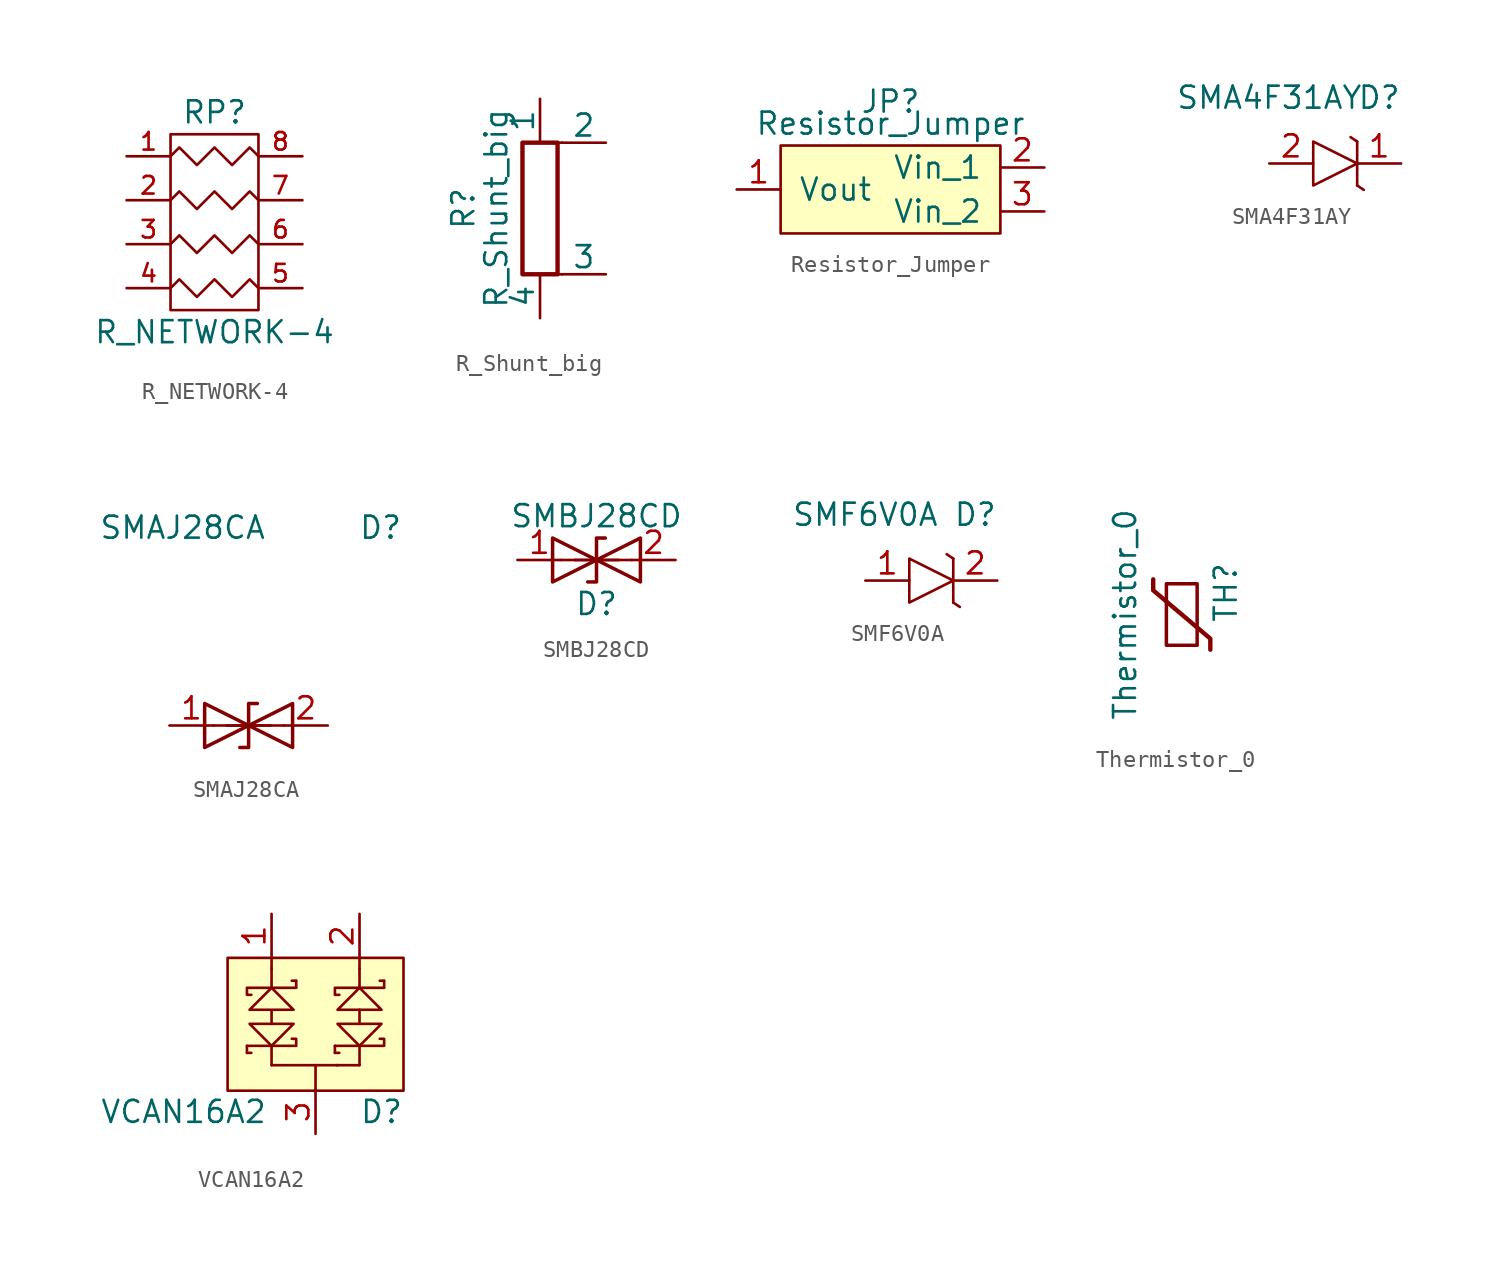
<source format=kicad_sym>
(kicad_symbol_lib
  (version 20241209)
  (generator "kicad_symbol_editor")
  (generator_version "9.0")
  (symbol "R_NETWORK-4"
    (pin_names
      (hide yes))
    (property "Reference" "RP"
      (at 0 11.43 0)
      (effects (font (size 1.27 1.27))))
    (property "Value" "R_NETWORK-4"
      (at 0 -1.27 0)
      (effects (font (size 1.27 1.27))))
    (property "Footprint" ""
      (at 0 0 0)
      (effects (font (size 1.27 1.27))))
    (property "Datasheet" ""
      (at 0 0 0)
      (effects (font (size 1.27 1.27))))
    (symbol "R_NETWORK-4_0_1"
      (polyline (pts (xy -2.54 10.16) (xy -2.54 0) (xy 2.54 0) (xy 2.54 10.16) (xy -2.54 10.16)) (stroke (width 0) (type solid)) (fill (type none)))
      (polyline (pts (xy -2.54 8.89) (xy -2.032 9.398) (xy -1.016 8.382) (xy 0 9.398) (xy 1.016 8.382) (xy 2.032 9.398) (xy 2.54 8.89)) (stroke (width 0) (type solid)) (fill (type none)))
      (polyline (pts (xy -2.54 6.35) (xy -2.032 6.858) (xy -1.016 5.842) (xy 0 6.858) (xy 1.016 5.842) (xy 2.032 6.858) (xy 2.54 6.35)) (stroke (width 0) (type solid)) (fill (type none)))
      (polyline (pts (xy -2.54 3.81) (xy -2.032 4.318) (xy -1.016 3.302) (xy 0 4.318) (xy 1.016 3.302) (xy 2.032 4.318) (xy 2.54 3.81)) (stroke (width 0) (type solid)) (fill (type none)))
      (polyline (pts (xy -2.54 1.27) (xy -2.032 1.778) (xy -1.016 0.762) (xy 0 1.778) (xy 1.016 0.762) (xy 2.032 1.778) (xy 2.54 1.27)) (stroke (width 0) (type solid)) (fill (type none))))
    (symbol "R_NETWORK-4_1_1"
      (pin passive line (at -5.08 8.89 0) (length 2.54) (name "P1" (effects (font (size 1.016 1.016)))) (number "1" (effects (font (size 1.016 1.016)))))
      (pin passive line (at -5.08 6.35 0) (length 2.54) (name "P2" (effects (font (size 1.016 1.016)))) (number "2" (effects (font (size 1.016 1.016)))))
      (pin passive line (at -5.08 3.81 0) (length 2.54) (name "P3" (effects (font (size 1.016 1.016)))) (number "3" (effects (font (size 1.016 1.016)))))
      (pin passive line (at -5.08 1.27 0) (length 2.54) (name "P4" (effects (font (size 1.016 1.016)))) (number "4" (effects (font (size 1.016 1.016)))))
      (pin passive line (at 5.08 8.89 180) (length 2.54) (name "R1" (effects (font (size 1.016 1.016)))) (number "8" (effects (font (size 1.016 1.016)))))
      (pin passive line (at 5.08 6.35 180) (length 2.54) (name "R2" (effects (font (size 1.016 1.016)))) (number "7" (effects (font (size 1.016 1.016)))))
      (pin passive line (at 5.08 3.81 180) (length 2.54) (name "R3" (effects (font (size 1.016 1.016)))) (number "6" (effects (font (size 1.016 1.016)))))
      (pin passive line (at 5.08 1.27 180) (length 2.54) (name "R4" (effects (font (size 1.016 1.016)))) (number "5" (effects (font (size 1.016 1.016)))))))
  (symbol "R_Shunt_big"
    (pin_numbers
      (hide yes))
    (pin_names
      (offset 0))
    (property "Reference" "R"
      (at -4.445 0 90)
      (effects (font (size 1.27 1.27))))
    (property "Value" "R_Shunt_big"
      (at -2.54 0 90)
      (effects (font (size 1.27 1.27))))
    (symbol "R_Shunt_big_0_1"
      (rectangle (start -1.016 -3.81) (end 1.016 3.81) (stroke (width 0.254) (type solid)) (fill (type none)))
      (polyline (pts (xy 0 -3.81) (xy 1.27 -3.81)) (stroke (width 0) (type solid)) (fill (type none)))
      (polyline (pts (xy 1.27 3.81) (xy 0 3.81)) (stroke (width 0) (type solid)) (fill (type none))))
    (symbol "R_Shunt_big_1_1"
      (pin passive line (at 0 6.35 270) (length 2.54) (name "1" (effects (font (size 1.27 1.27)))) (number "1" (effects (font (size 1.27 1.27)))))
      (pin passive line (at 0 -6.35 90) (length 2.54) (name "4" (effects (font (size 1.27 1.27)))) (number "4" (effects (font (size 1.27 1.27)))))
      (pin passive line (at 3.81 3.81 180) (length 2.54) (name "2" (effects (font (size 1.27 1.27)))) (number "2" (effects (font (size 1.27 1.27)))))
      (pin passive line (at 3.81 -3.81 180) (length 2.54) (name "3" (effects (font (size 1.27 1.27)))) (number "3" (effects (font (size 1.27 1.27)))))))
  (symbol "Resistor_Jumper"
    (pin_names
      (offset 1.016))
    (property "Reference" "JP"
      (at 0 5.08 0)
      (effects (font (size 1.27 1.27))))
    (property "Value" "Resistor_Jumper"
      (at 0 3.81 0)
      (effects (font (size 1.27 1.27))))
    (symbol "Resistor_Jumper_0_1"
      (rectangle (start -6.35 2.54) (end 6.35 -2.54) (stroke (width 0) (type solid)) (fill (type background))))
    (symbol "Resistor_Jumper_1_1"
      (pin output line (at -8.89 0 0) (length 2.54) (name "Vout" (effects (font (size 1.27 1.27)))) (number "1" (effects (font (size 1.27 1.27)))))
      (pin input line (at 8.89 1.27 180) (length 2.54) (name "Vin_1" (effects (font (size 1.27 1.27)))) (number "2" (effects (font (size 1.27 1.27)))))
      (pin input line (at 8.89 -1.27 180) (length 2.54) (name "Vin_2" (effects (font (size 1.27 1.27)))) (number "3" (effects (font (size 1.27 1.27)))))))
  (symbol "SMA4F31AY"
    (pin_names
      (offset 0))
    (property "Reference" "D"
      (at 1.27 3.81 0)
      (effects (font (size 1.27 1.27))))
    (property "Value" "SMA4F31AY"
      (at -5.08 3.81 0)
      (effects (font (size 1.27 1.27))))
    (symbol "SMA4F31AY_0_1"
      (polyline (pts (xy -2.54 1.27) (xy -2.54 -1.27) (xy 0 0) (xy -2.54 1.27)) (stroke (width 0) (type solid)) (fill (type none)))
      (polyline (pts (xy 0 1.27) (xy -0.381 1.524)) (stroke (width 0) (type solid)) (fill (type none)))
      (polyline (pts (xy 0 0) (xy 0 1.27)) (stroke (width 0) (type solid)) (fill (type none)))
      (polyline (pts (xy 0 0) (xy 0 -1.27)) (stroke (width 0) (type solid)) (fill (type none)))
      (polyline (pts (xy 0 -1.27) (xy 0.381 -1.524)) (stroke (width 0) (type solid)) (fill (type none))))
    (symbol "SMA4F31AY_1_1"
      (pin passive line (at -5.08 0 0) (length 2.54) (name "~" (effects (font (size 1.27 1.27)))) (number "2" (effects (font (size 1.27 1.27)))))
      (pin passive line (at 2.54 0 180) (length 2.54) (name "~" (effects (font (size 1.27 1.27)))) (number "1" (effects (font (size 1.27 1.27)))))))
  (symbol "SMAJ28CA"
    (pin_names
      (offset 0))
    (property "Reference" "D"
      (at 3.81 11.43 0)
      (effects (font (size 1.27 1.27))))
    (property "Value" "SMAJ28CA"
      (at -7.62 11.43 0)
      (effects (font (size 1.27 1.27))))
    (symbol "SMAJ28CA_0_1"
      (polyline (pts (xy -5.842 0) (xy -1.778 0)) (stroke (width 0) (type solid)) (fill (type none))))
    (symbol "SMAJ28CA_1_1"
      (polyline (pts (xy -6.35 -1.27) (xy -3.81 0) (xy -6.35 1.27) (xy -6.35 -1.27)) (stroke (width 0.203) (type solid)) (fill (type none)))
      (polyline (pts (xy -3.302 1.27) (xy -3.81 1.27) (xy -3.81 -1.27) (xy -4.318 -1.27)) (stroke (width 0.203) (type solid)) (fill (type none)))
      (polyline (pts (xy -2.54 0) (xy -5.08 0)) (stroke (width 0) (type solid)) (fill (type none)))
      (polyline (pts (xy -1.27 1.27) (xy -1.27 -1.27) (xy -3.81 0) (xy -1.27 1.27)) (stroke (width 0.203) (type solid)) (fill (type none)))
      (pin passive line (at -8.382 0 0) (length 2.54) (name "~" (effects (font (size 1.27 1.27)))) (number "1" (effects (font (size 1.27 1.27)))))
      (pin passive line (at 0.762 0 180) (length 2.54) (name "~" (effects (font (size 1.27 1.27)))) (number "2" (effects (font (size 1.27 1.27)))))))
  (symbol "SMBJ28CD"
    (pin_names
      (offset 1.016))
    (property "Reference" "D"
      (at 0 -2.54 0)
      (effects (font (size 1.27 1.27))))
    (property "Value" "SMBJ28CD"
      (at 0 2.54 0)
      (effects (font (size 1.27 1.27))))
    (symbol "SMBJ28CD_1_1"
      (polyline (pts (xy -2.54 -1.27) (xy 0 0) (xy -2.54 1.27) (xy -2.54 -1.27)) (stroke (width 0.203) (type solid)) (fill (type none)))
      (polyline (pts (xy -2.032 0) (xy 2.032 0)) (stroke (width 0) (type solid)) (fill (type none)))
      (polyline (pts (xy 0.508 1.27) (xy 0 1.27) (xy 0 -1.27) (xy -0.508 -1.27)) (stroke (width 0.203) (type solid)) (fill (type none)))
      (polyline (pts (xy 1.27 0) (xy -1.27 0)) (stroke (width 0) (type solid)) (fill (type none)))
      (polyline (pts (xy 2.54 1.27) (xy 2.54 -1.27) (xy 0 0) (xy 2.54 1.27)) (stroke (width 0.203) (type solid)) (fill (type none)))
      (pin passive line (at -4.572 0 0) (length 2.54) (name "~" (effects (font (size 1.27 1.27)))) (number "1" (effects (font (size 1.27 1.27)))))
      (pin passive line (at 4.572 0 180) (length 2.54) (name "~" (effects (font (size 1.27 1.27)))) (number "2" (effects (font (size 1.27 1.27)))))))
  (symbol "SMF6V0A"
    (pin_names
      (offset 0))
    (property "Reference" "D"
      (at 1.27 3.81 0)
      (effects (font (size 1.27 1.27))))
    (property "Value" "SMF6V0A"
      (at -5.08 3.81 0)
      (effects (font (size 1.27 1.27))))
    (symbol "SMF6V0A_0_1"
      (polyline (pts (xy -2.54 1.27) (xy -2.54 -1.27) (xy 0 0) (xy -2.54 1.27)) (stroke (width 0) (type solid)) (fill (type none)))
      (polyline (pts (xy 0 1.27) (xy -0.381 1.524)) (stroke (width 0) (type solid)) (fill (type none)))
      (polyline (pts (xy 0 0) (xy 0 1.27)) (stroke (width 0) (type solid)) (fill (type none)))
      (polyline (pts (xy 0 0) (xy 0 -1.27)) (stroke (width 0) (type solid)) (fill (type none)))
      (polyline (pts (xy 0 -1.27) (xy 0.381 -1.524)) (stroke (width 0) (type solid)) (fill (type none))))
    (symbol "SMF6V0A_1_1"
      (pin passive line (at -5.08 0 0) (length 2.54) (name "~" (effects (font (size 1.27 1.27)))) (number "1" (effects (font (size 1.27 1.27)))))
      (pin passive line (at 2.54 0 180) (length 2.54) (name "~" (effects (font (size 1.27 1.27)))) (number "2" (effects (font (size 1.27 1.27)))))))
  (symbol "Thermistor_0"
    (pin_numbers
      (hide yes))
    (pin_names
      (offset 0))
    (property "Reference" "TH"
      (at 2.54 1.27 90)
      (effects (font (size 1.27 1.27))))
    (property "Value" "Thermistor_0"
      (at -2.54 0 90)
      (effects (font (size 1.27 1.27)) (justify bottom)))
    (symbol "Thermistor_0_0_1"
      (polyline (pts (xy -1.651 2.032) (xy -1.651 1.397) (xy 1.651 -1.397) (xy 1.651 -2.032)) (stroke (width 0.254) (type solid)) (fill (type none)))
      (rectangle (start -0.889 1.778) (end 0.889 -1.778) (stroke (width 0.203) (type solid)) (fill (type none)))))
  (symbol "VCAN16A2"
    (pin_names
      (offset 1.016))
    (property "Reference" "D"
      (at 8.89 -8.89 0)
      (effects (font (size 1.27 1.27))))
    (property "Value" "VCAN16A2"
      (at -2.54 -8.89 0)
      (effects (font (size 1.27 1.27))))
    (symbol "VCAN16A2_1_1"
      (rectangle (start 0 0) (end 10.16 -7.671) (stroke (width 0) (type solid)) (fill (type background)))
      (polyline (pts (xy 1.118 -5.08) (xy 1.118 -5.486)) (stroke (width 0) (type solid)) (fill (type none)))
      (polyline (pts (xy 1.118 -5.486) (xy 1.372 -5.486)) (stroke (width 0) (type solid)) (fill (type none)))
      (polyline (pts (xy 1.27 -3.81) (xy 3.81 -3.81) (xy 2.54 -5.08) (xy 1.27 -3.81)) (stroke (width 0) (type solid)) (fill (type none)))
      (polyline (pts (xy 2.54 -0.61) (xy 2.54 0)) (stroke (width 0) (type solid)) (fill (type none)))
      (polyline (pts (xy 2.54 -1.727) (xy 2.54 -0.61)) (stroke (width 0) (type solid)) (fill (type none)))
      (polyline (pts (xy 2.54 -1.727) (xy 3.962 -1.727)) (stroke (width 0) (type solid)) (fill (type none)))
      (polyline (pts (xy 2.54 -1.727) (xy 1.118 -1.727) (xy 1.118 -2.134) (xy 1.372 -2.134)) (stroke (width 0) (type solid)) (fill (type none)))
      (polyline (pts (xy 2.54 -3.81) (xy 2.54 -3.048)) (stroke (width 0) (type solid)) (fill (type none)))
      (polyline (pts (xy 2.54 -5.08) (xy 1.118 -5.08)) (stroke (width 0) (type solid)) (fill (type none)))
      (polyline (pts (xy 2.54 -5.08) (xy 2.54 -6.198)) (stroke (width 0) (type solid)) (fill (type none)))
      (polyline (pts (xy 2.54 -5.08) (xy 3.962 -5.08) (xy 3.962 -4.674) (xy 3.708 -4.674)) (stroke (width 0) (type solid)) (fill (type none)))
      (polyline (pts (xy 3.81 -2.997) (xy 1.27 -2.997) (xy 2.54 -1.727) (xy 3.81 -2.997)) (stroke (width 0) (type solid)) (fill (type none)))
      (polyline (pts (xy 3.962 -1.321) (xy 3.708 -1.321)) (stroke (width 0) (type solid)) (fill (type none)))
      (polyline (pts (xy 3.962 -1.727) (xy 3.962 -1.321)) (stroke (width 0) (type solid)) (fill (type none)))
      (polyline (pts (xy 5.08 -6.198) (xy 5.08 -7.671)) (stroke (width 0) (type solid)) (fill (type none)))
      (polyline (pts (xy 6.198 -5.08) (xy 6.198 -5.486)) (stroke (width 0) (type solid)) (fill (type none)))
      (polyline (pts (xy 6.198 -5.486) (xy 6.452 -5.486)) (stroke (width 0) (type solid)) (fill (type none)))
      (polyline (pts (xy 6.299 -6.198) (xy 7.62 -6.198)) (stroke (width 0) (type solid)) (fill (type none)))
      (polyline (pts (xy 6.35 -3.81) (xy 8.89 -3.81) (xy 7.62 -5.08) (xy 6.35 -3.81)) (stroke (width 0) (type solid)) (fill (type none)))
      (polyline (pts (xy 6.35 -6.198) (xy 2.54 -6.198)) (stroke (width 0) (type solid)) (fill (type none)))
      (polyline (pts (xy 7.62 -0.61) (xy 7.62 0)) (stroke (width 0) (type solid)) (fill (type none)))
      (polyline (pts (xy 7.62 -1.727) (xy 7.62 -0.61)) (stroke (width 0) (type solid)) (fill (type none)))
      (polyline (pts (xy 7.62 -1.727) (xy 9.042 -1.727)) (stroke (width 0) (type solid)) (fill (type none)))
      (polyline (pts (xy 7.62 -1.727) (xy 6.198 -1.727) (xy 6.198 -2.134) (xy 6.452 -2.134)) (stroke (width 0) (type solid)) (fill (type none)))
      (polyline (pts (xy 7.62 -3.81) (xy 7.62 -3.048) (xy 7.62 -2.997)) (stroke (width 0) (type solid)) (fill (type none)))
      (polyline (pts (xy 7.62 -5.08) (xy 6.198 -5.08)) (stroke (width 0) (type solid)) (fill (type none)))
      (polyline (pts (xy 7.62 -5.08) (xy 7.62 -6.198)) (stroke (width 0) (type solid)) (fill (type none)))
      (polyline (pts (xy 7.62 -5.08) (xy 9.042 -5.08) (xy 9.042 -4.674) (xy 8.788 -4.674)) (stroke (width 0) (type solid)) (fill (type none)))
      (polyline (pts (xy 8.89 -2.997) (xy 6.35 -2.997) (xy 7.62 -1.727) (xy 8.89 -2.997)) (stroke (width 0) (type solid)) (fill (type none)))
      (polyline (pts (xy 9.042 -1.321) (xy 8.788 -1.321)) (stroke (width 0) (type solid)) (fill (type none)))
      (polyline (pts (xy 9.042 -1.727) (xy 9.042 -1.321)) (stroke (width 0) (type solid)) (fill (type none)))
      (pin passive line (at 2.54 2.54 270) (length 2.54) (name "~" (effects (font (size 1.27 1.27)))) (number "1" (effects (font (size 1.27 1.27)))))
      (pin passive line (at 5.08 -10.16 90) (length 2.54) (name "~" (effects (font (size 1.27 1.27)))) (number "3" (effects (font (size 1.27 1.27)))))
      (pin passive line (at 7.62 2.54 270) (length 2.54) (name "~" (effects (font (size 1.27 1.27)))) (number "2" (effects (font (size 1.27 1.27))))))))
</source>
